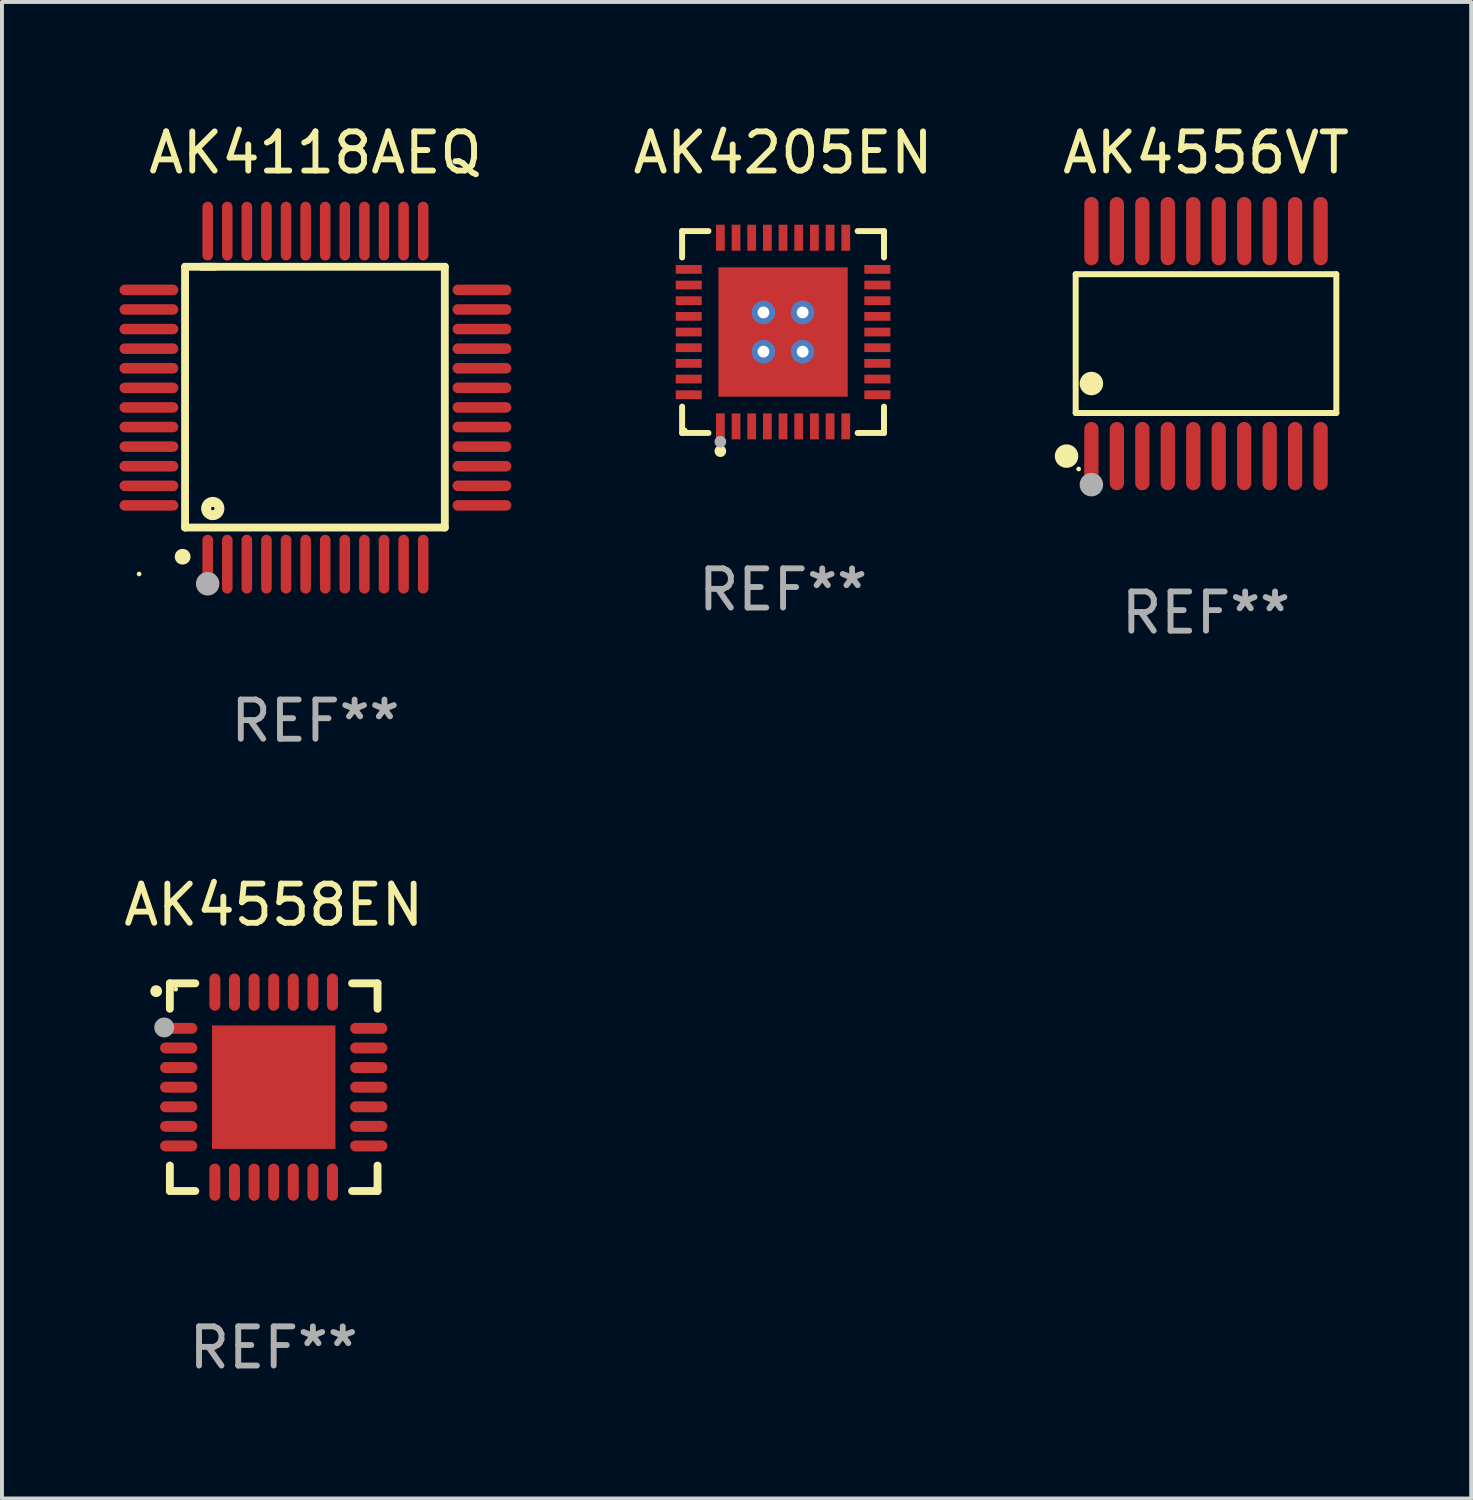
<source format=kicad_pcb>
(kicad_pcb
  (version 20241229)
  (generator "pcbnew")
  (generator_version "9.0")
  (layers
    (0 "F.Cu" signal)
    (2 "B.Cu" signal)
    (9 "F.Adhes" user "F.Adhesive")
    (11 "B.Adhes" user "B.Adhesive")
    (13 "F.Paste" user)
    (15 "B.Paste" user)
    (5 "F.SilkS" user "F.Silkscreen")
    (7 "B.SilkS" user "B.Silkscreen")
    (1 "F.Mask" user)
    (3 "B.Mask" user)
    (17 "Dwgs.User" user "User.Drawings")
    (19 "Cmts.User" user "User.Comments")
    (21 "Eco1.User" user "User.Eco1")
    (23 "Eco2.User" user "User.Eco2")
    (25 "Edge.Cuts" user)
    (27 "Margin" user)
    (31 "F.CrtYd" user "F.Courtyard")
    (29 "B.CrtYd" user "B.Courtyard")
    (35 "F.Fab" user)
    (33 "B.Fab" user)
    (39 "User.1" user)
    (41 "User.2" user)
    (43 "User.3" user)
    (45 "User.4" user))
  (footprint "AK4205EN"
    (layer "F.Cu")
    (at 16.934 5.424)
    (property "Reference" "AK4205EN" (at 0 -4.576 0) (layer "F.SilkS") (effects (font (size 1 1) (thickness 0.15))))
    (attr through_hole)
    (fp_line (start -2.576 -2.576) (end -1.903 -2.576) (stroke (width 0.152) (type solid)) (layer "F.SilkS"))
    (fp_line (start -2.576 -1.903) (end -2.576 -2.576) (stroke (width 0.152) (type solid)) (layer "F.SilkS"))
    (fp_line (start -2.576 1.903) (end -2.576 2.576) (stroke (width 0.152) (type solid)) (layer "F.SilkS"))
    (fp_line (start -2.576 2.576) (end -1.903 2.576) (stroke (width 0.152) (type solid)) (layer "F.SilkS"))
    (fp_line (start 2.576 -2.576) (end 1.903 -2.576) (stroke (width 0.152) (type solid)) (layer "F.SilkS"))
    (fp_line (start 2.576 -1.903) (end 2.576 -2.576) (stroke (width 0.152) (type solid)) (layer "F.SilkS"))
    (fp_line (start 2.576 1.903) (end 2.576 2.576) (stroke (width 0.152) (type solid)) (layer "F.SilkS"))
    (fp_line (start 2.576 2.576) (end 1.903 2.576) (stroke (width 0.152) (type solid)) (layer "F.SilkS"))
    (fp_circle (center -2.5 2.5) (end -2.47 2.5) (stroke (width 0.06) (type solid)) (fill no) (layer "F.SilkS"))
    (fp_circle (center -1.6 3.04) (end -1.525 3.04) (stroke (width 0.15) (type solid)) (fill no) (layer "F.SilkS"))
    (fp_circle (center -1.6 2.8) (end -1.525 2.8) (stroke (width 0.15) (type solid)) (fill no) (layer "F.Fab"))
    (fp_text user "REF**" (at 0 6.576 0) (layer "F.Fab") (effects (font (size 1 1) (thickness 0.15))))
    (pad "1" smd rect (at -1.6 2.407) (size 0.224 0.665) (layers "F.Cu" "F.Mask" "F.Paste"))
    (pad "2" smd rect (at -1.2 2.407) (size 0.224 0.665) (layers "F.Cu" "F.Mask" "F.Paste"))
    (pad "3" smd rect (at -0.8 2.407) (size 0.224 0.665) (layers "F.Cu" "F.Mask" "F.Paste"))
    (pad "4" smd rect (at -0.4 2.407) (size 0.224 0.665) (layers "F.Cu" "F.Mask" "F.Paste"))
    (pad "5" smd rect (at 0 2.407) (size 0.224 0.665) (layers "F.Cu" "F.Mask" "F.Paste"))
    (pad "6" smd rect (at 0.4 2.407) (size 0.224 0.665) (layers "F.Cu" "F.Mask" "F.Paste"))
    (pad "7" smd rect (at 0.8 2.407) (size 0.224 0.665) (layers "F.Cu" "F.Mask" "F.Paste"))
    (pad "8" smd rect (at 1.2 2.407) (size 0.224 0.665) (layers "F.Cu" "F.Mask" "F.Paste"))
    (pad "9" smd rect (at 1.6 2.407) (size 0.224 0.665) (layers "F.Cu" "F.Mask" "F.Paste"))
    (pad "10" smd rect (at 2.407 1.6) (size 0.665 0.224) (layers "F.Cu" "F.Mask" "F.Paste"))
    (pad "11" smd rect (at 2.407 1.2) (size 0.665 0.224) (layers "F.Cu" "F.Mask" "F.Paste"))
    (pad "12" smd rect (at 2.407 0.8) (size 0.665 0.224) (layers "F.Cu" "F.Mask" "F.Paste"))
    (pad "13" smd rect (at 2.407 0.4) (size 0.665 0.224) (layers "F.Cu" "F.Mask" "F.Paste"))
    (pad "14" smd rect (at 2.407 0) (size 0.665 0.224) (layers "F.Cu" "F.Mask" "F.Paste"))
    (pad "15" smd rect (at 2.407 -0.4) (size 0.665 0.224) (layers "F.Cu" "F.Mask" "F.Paste"))
    (pad "16" smd rect (at 2.407 -0.8) (size 0.665 0.224) (layers "F.Cu" "F.Mask" "F.Paste"))
    (pad "17" smd rect (at 2.407 -1.2) (size 0.665 0.224) (layers "F.Cu" "F.Mask" "F.Paste"))
    (pad "18" smd rect (at 2.407 -1.6) (size 0.665 0.224) (layers "F.Cu" "F.Mask" "F.Paste"))
    (pad "19" smd rect (at 1.6 -2.407) (size 0.224 0.665) (layers "F.Cu" "F.Mask" "F.Paste"))
    (pad "20" smd rect (at 1.2 -2.407) (size 0.224 0.665) (layers "F.Cu" "F.Mask" "F.Paste"))
    (pad "21" smd rect (at 0.8 -2.407) (size 0.224 0.665) (layers "F.Cu" "F.Mask" "F.Paste"))
    (pad "22" smd rect (at 0.4 -2.407) (size 0.224 0.665) (layers "F.Cu" "F.Mask" "F.Paste"))
    (pad "23" smd rect (at 0 -2.407) (size 0.224 0.665) (layers "F.Cu" "F.Mask" "F.Paste"))
    (pad "24" smd rect (at -0.4 -2.407) (size 0.224 0.665) (layers "F.Cu" "F.Mask" "F.Paste"))
    (pad "25" smd rect (at -0.8 -2.407) (size 0.224 0.665) (layers "F.Cu" "F.Mask" "F.Paste"))
    (pad "26" smd rect (at -1.2 -2.407) (size 0.224 0.665) (layers "F.Cu" "F.Mask" "F.Paste"))
    (pad "27" smd rect (at -1.6 -2.407) (size 0.224 0.665) (layers "F.Cu" "F.Mask" "F.Paste"))
    (pad "28" smd rect (at -2.407 -1.6) (size 0.665 0.224) (layers "F.Cu" "F.Mask" "F.Paste"))
    (pad "29" smd rect (at -2.407 -1.2) (size 0.665 0.224) (layers "F.Cu" "F.Mask" "F.Paste"))
    (pad "30" smd rect (at -2.407 -0.8) (size 0.665 0.224) (layers "F.Cu" "F.Mask" "F.Paste"))
    (pad "31" smd rect (at -2.407 -0.4) (size 0.665 0.224) (layers "F.Cu" "F.Mask" "F.Paste"))
    (pad "32" smd rect (at -2.407 0) (size 0.665 0.224) (layers "F.Cu" "F.Mask" "F.Paste"))
    (pad "33" smd rect (at -2.407 0.4) (size 0.665 0.224) (layers "F.Cu" "F.Mask" "F.Paste"))
    (pad "34" smd rect (at -2.407 0.8) (size 0.665 0.224) (layers "F.Cu" "F.Mask" "F.Paste"))
    (pad "35" smd rect (at -2.407 1.2) (size 0.665 0.224) (layers "F.Cu" "F.Mask" "F.Paste"))
    (pad "36" smd rect (at -2.407 1.6) (size 0.665 0.224) (layers "F.Cu" "F.Mask" "F.Paste"))
    (pad "37" thru_hole circle (at -0.5 -0.5) (size 0.6 0.6) (drill 0.3) (layers "*.Cu" "*.Mask"))
    (pad "37" thru_hole circle (at -0.5 0.5) (size 0.6 0.6) (drill 0.3) (layers "*.Cu" "*.Mask"))
    (pad "37" smd rect (at 0 0) (size 3.3 3.3) (layers "F.Cu" "F.Mask" "F.Paste"))
    (pad "37" thru_hole circle (at 0.5 -0.5) (size 0.6 0.6) (drill 0.3) (layers "*.Cu" "*.Mask"))
    (pad "37" thru_hole circle (at 0.5 0.5) (size 0.6 0.6) (drill 0.3) (layers "*.Cu" "*.Mask")))
  (footprint "AK4556VT"
    (layer "F.Cu")
    (at 27.728 5.719)
    (property "Reference" "AK4556VT" (at 0 -4.871 0) (layer "F.SilkS") (effects (font (size 1 1) (thickness 0.15))))
    (attr through_hole)
    (fp_line (start -3.326 -1.771) (end 3.326 -1.771) (stroke (width 0.152) (type solid)) (layer "F.SilkS"))
    (fp_line (start -3.326 1.771) (end -3.326 -1.771) (stroke (width 0.152) (type solid)) (layer "F.SilkS"))
    (fp_line (start 3.326 -1.771) (end 3.326 1.771) (stroke (width 0.152) (type solid)) (layer "F.SilkS"))
    (fp_line (start 3.326 1.771) (end -3.326 1.771) (stroke (width 0.152) (type solid)) (layer "F.SilkS"))
    (fp_circle (center -3.559 2.871) (end -3.409 2.871) (stroke (width 0.3) (type solid)) (fill no) (layer "F.SilkS"))
    (fp_circle (center -3.25 3.2) (end -3.22 3.2) (stroke (width 0.06) (type solid)) (fill no) (layer "F.SilkS"))
    (fp_circle (center -2.925 1.019) (end -2.775 1.019) (stroke (width 0.3) (type solid)) (fill no) (layer "F.SilkS"))
    (fp_circle (center -2.925 3.6) (end -2.775 3.6) (stroke (width 0.3) (type solid)) (fill no) (layer "F.Fab"))
    (fp_text user "REF**" (at 0 6.871 0) (layer "F.Fab") (effects (font (size 1 1) (thickness 0.15))))
    (pad "1" smd oval (at -2.925 2.871) (size 0.364 1.742) (layers "F.Cu" "F.Mask" "F.Paste"))
    (pad "2" smd oval (at -2.275 2.871) (size 0.364 1.742) (layers "F.Cu" "F.Mask" "F.Paste"))
    (pad "3" smd oval (at -1.625 2.871) (size 0.364 1.742) (layers "F.Cu" "F.Mask" "F.Paste"))
    (pad "4" smd oval (at -0.975 2.871) (size 0.364 1.742) (layers "F.Cu" "F.Mask" "F.Paste"))
    (pad "5" smd oval (at -0.325 2.871) (size 0.364 1.742) (layers "F.Cu" "F.Mask" "F.Paste"))
    (pad "6" smd oval (at 0.325 2.871) (size 0.364 1.742) (layers "F.Cu" "F.Mask" "F.Paste"))
    (pad "7" smd oval (at 0.975 2.871) (size 0.364 1.742) (layers "F.Cu" "F.Mask" "F.Paste"))
    (pad "8" smd oval (at 1.625 2.871) (size 0.364 1.742) (layers "F.Cu" "F.Mask" "F.Paste"))
    (pad "9" smd oval (at 2.275 2.871) (size 0.364 1.742) (layers "F.Cu" "F.Mask" "F.Paste"))
    (pad "10" smd oval (at 2.925 2.871) (size 0.364 1.742) (layers "F.Cu" "F.Mask" "F.Paste"))
    (pad "11" smd oval (at 2.925 -2.871) (size 0.364 1.742) (layers "F.Cu" "F.Mask" "F.Paste"))
    (pad "12" smd oval (at 2.275 -2.871) (size 0.364 1.742) (layers "F.Cu" "F.Mask" "F.Paste"))
    (pad "13" smd oval (at 1.625 -2.871) (size 0.364 1.742) (layers "F.Cu" "F.Mask" "F.Paste"))
    (pad "14" smd oval (at 0.975 -2.871) (size 0.364 1.742) (layers "F.Cu" "F.Mask" "F.Paste"))
    (pad "15" smd oval (at 0.325 -2.871) (size 0.364 1.742) (layers "F.Cu" "F.Mask" "F.Paste"))
    (pad "16" smd oval (at -0.325 -2.871) (size 0.364 1.742) (layers "F.Cu" "F.Mask" "F.Paste"))
    (pad "17" smd oval (at -0.975 -2.871) (size 0.364 1.742) (layers "F.Cu" "F.Mask" "F.Paste"))
    (pad "18" smd oval (at -1.625 -2.871) (size 0.364 1.742) (layers "F.Cu" "F.Mask" "F.Paste"))
    (pad "19" smd oval (at -2.275 -2.871) (size 0.364 1.742) (layers "F.Cu" "F.Mask" "F.Paste"))
    (pad "20" smd oval (at -2.925 -2.871) (size 0.364 1.742) (layers "F.Cu" "F.Mask" "F.Paste")))
  (footprint "AK4558EN"
    (layer "F.Cu")
    (at 3.935 24.695)
    (property "Reference" "AK4558EN" (at 0 -4.65 0) (layer "F.SilkS") (effects (font (size 1 1) (thickness 0.15))))
    (attr through_hole)
    (fp_line (start -2.65 -2.65) (end -2 -2.65) (stroke (width 0.2) (type solid)) (layer "F.SilkS"))
    (fp_line (start -2.65 -2) (end -2.65 -2.65) (stroke (width 0.2) (type solid)) (layer "F.SilkS"))
    (fp_line (start -2.65 2) (end -2.65 2.65) (stroke (width 0.2) (type solid)) (layer "F.SilkS"))
    (fp_line (start -2.65 2.65) (end -2 2.65) (stroke (width 0.2) (type solid)) (layer "F.SilkS"))
    (fp_line (start 2 2.65) (end 2.65 2.65) (stroke (width 0.2) (type solid)) (layer "F.SilkS"))
    (fp_line (start 2.65 -2.65) (end 2 -2.65) (stroke (width 0.2) (type solid)) (layer "F.SilkS"))
    (fp_line (start 2.65 -2) (end 2.65 -2.65) (stroke (width 0.2) (type solid)) (layer "F.SilkS"))
    (fp_line (start 2.65 2.65) (end 2.65 2) (stroke (width 0.2) (type solid)) (layer "F.SilkS"))
    (fp_arc (start -2.999746 -2.448565) (mid -2.999751 -2.449835) (end -2.999746 -2.451105) (stroke (width 0.3) (type solid)) (layer "F.SilkS"))
    (fp_circle (center -2.501 -2.501) (end -2.471 -2.501) (stroke (width 0.06) (type solid)) (fill no) (layer "F.SilkS"))
    (fp_circle (center -2.794 -1.524) (end -2.667 -1.524) (stroke (width 0.254) (type solid)) (fill no) (layer "F.Fab"))
    (fp_text user "REF**" (at 0 6.65 0) (layer "F.Fab") (effects (font (size 1 1) (thickness 0.15))))
    (pad "1" smd oval (at -2.425 -1.501) (size 0.95 0.28) (layers "F.Cu" "F.Mask" "F.Paste"))
    (pad "2" smd oval (at -2.425 -1.001) (size 0.95 0.28) (layers "F.Cu" "F.Mask" "F.Paste"))
    (pad "3" smd oval (at -2.425 -0.5) (size 0.95 0.28) (layers "F.Cu" "F.Mask" "F.Paste"))
    (pad "4" smd oval (at -2.425 0.000127) (size 0.95 0.28) (layers "F.Cu" "F.Mask" "F.Paste"))
    (pad "5" smd oval (at -2.425 0.501) (size 0.95 0.28) (layers "F.Cu" "F.Mask" "F.Paste"))
    (pad "6" smd oval (at -2.425 1.001) (size 0.95 0.28) (layers "F.Cu" "F.Mask" "F.Paste"))
    (pad "7" smd oval (at -2.425 1.501) (size 0.95 0.28) (layers "F.Cu" "F.Mask" "F.Paste"))
    (pad "8" smd oval (at -1.501 2.425) (size 0.28 0.95) (layers "F.Cu" "F.Mask" "F.Paste"))
    (pad "9" smd oval (at -1.001 2.425) (size 0.28 0.95) (layers "F.Cu" "F.Mask" "F.Paste"))
    (pad "10" smd oval (at -0.5 2.425) (size 0.28 0.95) (layers "F.Cu" "F.Mask" "F.Paste"))
    (pad "11" smd oval (at 0.000025 2.425) (size 0.28 0.95) (layers "F.Cu" "F.Mask" "F.Paste"))
    (pad "12" smd oval (at 0.5 2.425) (size 0.28 0.95) (layers "F.Cu" "F.Mask" "F.Paste"))
    (pad "13" smd oval (at 1.001 2.425) (size 0.28 0.95) (layers "F.Cu" "F.Mask" "F.Paste"))
    (pad "14" smd oval (at 1.501 2.425) (size 0.28 0.95) (layers "F.Cu" "F.Mask" "F.Paste"))
    (pad "15" smd oval (at 2.425 1.501) (size 0.95 0.28) (layers "F.Cu" "F.Mask" "F.Paste"))
    (pad "16" smd oval (at 2.425 1.001) (size 0.95 0.28) (layers "F.Cu" "F.Mask" "F.Paste"))
    (pad "17" smd oval (at 2.425 0.501) (size 0.95 0.28) (layers "F.Cu" "F.Mask" "F.Paste"))
    (pad "18" smd oval (at 2.425 0.000127) (size 0.95 0.28) (layers "F.Cu" "F.Mask" "F.Paste"))
    (pad "19" smd oval (at 2.425 -0.5) (size 0.95 0.28) (layers "F.Cu" "F.Mask" "F.Paste"))
    (pad "20" smd oval (at 2.425 -1.001) (size 0.95 0.28) (layers "F.Cu" "F.Mask" "F.Paste"))
    (pad "21" smd oval (at 2.425 -1.501) (size 0.95 0.28) (layers "F.Cu" "F.Mask" "F.Paste"))
    (pad "22" smd oval (at 1.501 -2.425) (size 0.28 0.95) (layers "F.Cu" "F.Mask" "F.Paste"))
    (pad "23" smd oval (at 1.001 -2.425) (size 0.28 0.95) (layers "F.Cu" "F.Mask" "F.Paste"))
    (pad "24" smd oval (at 0.5 -2.425) (size 0.28 0.95) (layers "F.Cu" "F.Mask" "F.Paste"))
    (pad "25" smd oval (at 0.000025 -2.425) (size 0.28 0.95) (layers "F.Cu" "F.Mask" "F.Paste"))
    (pad "26" smd oval (at -0.5 -2.425) (size 0.28 0.95) (layers "F.Cu" "F.Mask" "F.Paste"))
    (pad "27" smd oval (at -1.001 -2.425) (size 0.28 0.95) (layers "F.Cu" "F.Mask" "F.Paste"))
    (pad "28" smd oval (at -1.501 -2.425) (size 0.28 0.95) (layers "F.Cu" "F.Mask" "F.Paste"))
    (pad "29" smd rect (at 0.000025 0.000127) (size 3.15 3.15) (layers "F.Cu" "F.Mask" "F.Paste")))
  (footprint "AK4118AEQ"
    (layer "F.Cu")
    (at 5 7.098)
    (property "Reference" "AK4118AEQ" (at 0 -6.25 0) (layer "F.SilkS") (effects (font (size 1 1) (thickness 0.15))))
    (attr through_hole)
    (fp_line (start -3.327 -3.34) (end -2.565 -3.34) (stroke (width 0.2) (type solid)) (layer "F.SilkS"))
    (fp_line (start -3.327 3.315) (end -3.327 -3.34) (stroke (width 0.2) (type solid)) (layer "F.SilkS"))
    (fp_line (start -2.896 -3.34) (end 3.302 -3.34) (stroke (width 0.2) (type solid)) (layer "F.SilkS"))
    (fp_line (start 3.302 -3.34) (end 3.302 3.315) (stroke (width 0.2) (type solid)) (layer "F.SilkS"))
    (fp_line (start 3.302 3.315) (end -3.327 3.315) (stroke (width 0.2) (type solid)) (layer "F.SilkS"))
    (fp_arc (start -3.389992 4.059995) (mid -3.388722 4.059991) (end -3.387452 4.059995) (stroke (width 0.4) (type solid)) (layer "F.SilkS"))
    (fp_circle (center -4.5 4.5) (end -4.47 4.5) (stroke (width 0.06) (type solid)) (fill no) (layer "F.SilkS"))
    (fp_circle (center -2.62 2.83) (end -2.45 2.83) (stroke (width 0.254) (type solid)) (fill no) (layer "F.SilkS"))
    (fp_circle (center -2.75 4.75) (end -2.6 4.75) (stroke (width 0.3) (type solid)) (fill no) (layer "F.Fab"))
    (fp_text user "REF**" (at 0 8.25 0) (layer "F.Fab") (effects (font (size 1 1) (thickness 0.15))))
    (pad "1" smd oval (at -2.75 4.25) (size 0.27 1.5) (layers "F.Cu" "F.Mask" "F.Paste"))
    (pad "2" smd oval (at -2.25 4.25) (size 0.27 1.5) (layers "F.Cu" "F.Mask" "F.Paste"))
    (pad "3" smd oval (at -1.75 4.25) (size 0.27 1.5) (layers "F.Cu" "F.Mask" "F.Paste"))
    (pad "4" smd oval (at -1.25 4.25) (size 0.27 1.5) (layers "F.Cu" "F.Mask" "F.Paste"))
    (pad "5" smd oval (at -0.75 4.25) (size 0.27 1.5) (layers "F.Cu" "F.Mask" "F.Paste"))
    (pad "6" smd oval (at -0.25 4.25) (size 0.27 1.5) (layers "F.Cu" "F.Mask" "F.Paste"))
    (pad "7" smd oval (at 0.25 4.25) (size 0.27 1.5) (layers "F.Cu" "F.Mask" "F.Paste"))
    (pad "8" smd oval (at 0.75 4.25) (size 0.27 1.5) (layers "F.Cu" "F.Mask" "F.Paste"))
    (pad "9" smd oval (at 1.25 4.25) (size 0.27 1.5) (layers "F.Cu" "F.Mask" "F.Paste"))
    (pad "10" smd oval (at 1.75 4.25) (size 0.27 1.5) (layers "F.Cu" "F.Mask" "F.Paste"))
    (pad "11" smd oval (at 2.25 4.25) (size 0.27 1.5) (layers "F.Cu" "F.Mask" "F.Paste"))
    (pad "12" smd oval (at 2.75 4.25) (size 0.27 1.5) (layers "F.Cu" "F.Mask" "F.Paste"))
    (pad "13" smd oval (at 4.25 2.75) (size 1.5 0.27) (layers "F.Cu" "F.Mask" "F.Paste"))
    (pad "14" smd oval (at 4.25 2.25) (size 1.5 0.27) (layers "F.Cu" "F.Mask" "F.Paste"))
    (pad "15" smd oval (at 4.25 1.75) (size 1.5 0.27) (layers "F.Cu" "F.Mask" "F.Paste"))
    (pad "16" smd oval (at 4.25 1.25) (size 1.5 0.27) (layers "F.Cu" "F.Mask" "F.Paste"))
    (pad "17" smd oval (at 4.25 0.75) (size 1.5 0.27) (layers "F.Cu" "F.Mask" "F.Paste"))
    (pad "18" smd oval (at 4.25 0.25) (size 1.5 0.27) (layers "F.Cu" "F.Mask" "F.Paste"))
    (pad "19" smd oval (at 4.25 -0.25) (size 1.5 0.27) (layers "F.Cu" "F.Mask" "F.Paste"))
    (pad "20" smd oval (at 4.25 -0.75) (size 1.5 0.27) (layers "F.Cu" "F.Mask" "F.Paste"))
    (pad "21" smd oval (at 4.25 -1.25) (size 1.5 0.27) (layers "F.Cu" "F.Mask" "F.Paste"))
    (pad "22" smd oval (at 4.25 -1.75) (size 1.5 0.27) (layers "F.Cu" "F.Mask" "F.Paste"))
    (pad "23" smd oval (at 4.25 -2.25) (size 1.5 0.27) (layers "F.Cu" "F.Mask" "F.Paste"))
    (pad "24" smd oval (at 4.25 -2.75) (size 1.5 0.27) (layers "F.Cu" "F.Mask" "F.Paste"))
    (pad "25" smd oval (at 2.75 -4.25) (size 0.27 1.5) (layers "F.Cu" "F.Mask" "F.Paste"))
    (pad "26" smd oval (at 2.25 -4.25) (size 0.27 1.5) (layers "F.Cu" "F.Mask" "F.Paste"))
    (pad "27" smd oval (at 1.75 -4.25) (size 0.27 1.5) (layers "F.Cu" "F.Mask" "F.Paste"))
    (pad "28" smd oval (at 1.25 -4.25) (size 0.27 1.5) (layers "F.Cu" "F.Mask" "F.Paste"))
    (pad "29" smd oval (at 0.75 -4.25) (size 0.27 1.5) (layers "F.Cu" "F.Mask" "F.Paste"))
    (pad "30" smd oval (at 0.25 -4.25) (size 0.27 1.5) (layers "F.Cu" "F.Mask" "F.Paste"))
    (pad "31" smd oval (at -0.25 -4.25) (size 0.27 1.5) (layers "F.Cu" "F.Mask" "F.Paste"))
    (pad "32" smd oval (at -0.75 -4.25) (size 0.27 1.5) (layers "F.Cu" "F.Mask" "F.Paste"))
    (pad "33" smd oval (at -1.25 -4.25) (size 0.27 1.5) (layers "F.Cu" "F.Mask" "F.Paste"))
    (pad "34" smd oval (at -1.75 -4.25) (size 0.27 1.5) (layers "F.Cu" "F.Mask" "F.Paste"))
    (pad "35" smd oval (at -2.25 -4.25) (size 0.27 1.5) (layers "F.Cu" "F.Mask" "F.Paste"))
    (pad "36" smd oval (at -2.75 -4.25) (size 0.27 1.5) (layers "F.Cu" "F.Mask" "F.Paste"))
    (pad "37" smd oval (at -4.25 -2.75) (size 1.5 0.27) (layers "F.Cu" "F.Mask" "F.Paste"))
    (pad "38" smd oval (at -4.25 -2.25) (size 1.5 0.27) (layers "F.Cu" "F.Mask" "F.Paste"))
    (pad "39" smd oval (at -4.25 -1.75) (size 1.5 0.27) (layers "F.Cu" "F.Mask" "F.Paste"))
    (pad "40" smd oval (at -4.25 -1.25) (size 1.5 0.27) (layers "F.Cu" "F.Mask" "F.Paste"))
    (pad "41" smd oval (at -4.25 -0.75) (size 1.5 0.27) (layers "F.Cu" "F.Mask" "F.Paste"))
    (pad "42" smd oval (at -4.25 -0.25) (size 1.5 0.27) (layers "F.Cu" "F.Mask" "F.Paste"))
    (pad "43" smd oval (at -4.25 0.25) (size 1.5 0.27) (layers "F.Cu" "F.Mask" "F.Paste"))
    (pad "44" smd oval (at -4.25 0.75) (size 1.5 0.27) (layers "F.Cu" "F.Mask" "F.Paste"))
    (pad "45" smd oval (at -4.25 1.25) (size 1.5 0.27) (layers "F.Cu" "F.Mask" "F.Paste"))
    (pad "46" smd oval (at -4.25 1.75) (size 1.5 0.27) (layers "F.Cu" "F.Mask" "F.Paste"))
    (pad "47" smd oval (at -4.25 2.25) (size 1.5 0.27) (layers "F.Cu" "F.Mask" "F.Paste"))
    (pad "48" smd oval (at -4.25 2.75) (size 1.5 0.27) (layers "F.Cu" "F.Mask" "F.Paste")))
  (gr_rect
    (start -3 -3)
    (end 34.496 35.193)
    (stroke (width 0.1) (type default))
    (fill no)
    (layer "Edge.Cuts")))
</source>
